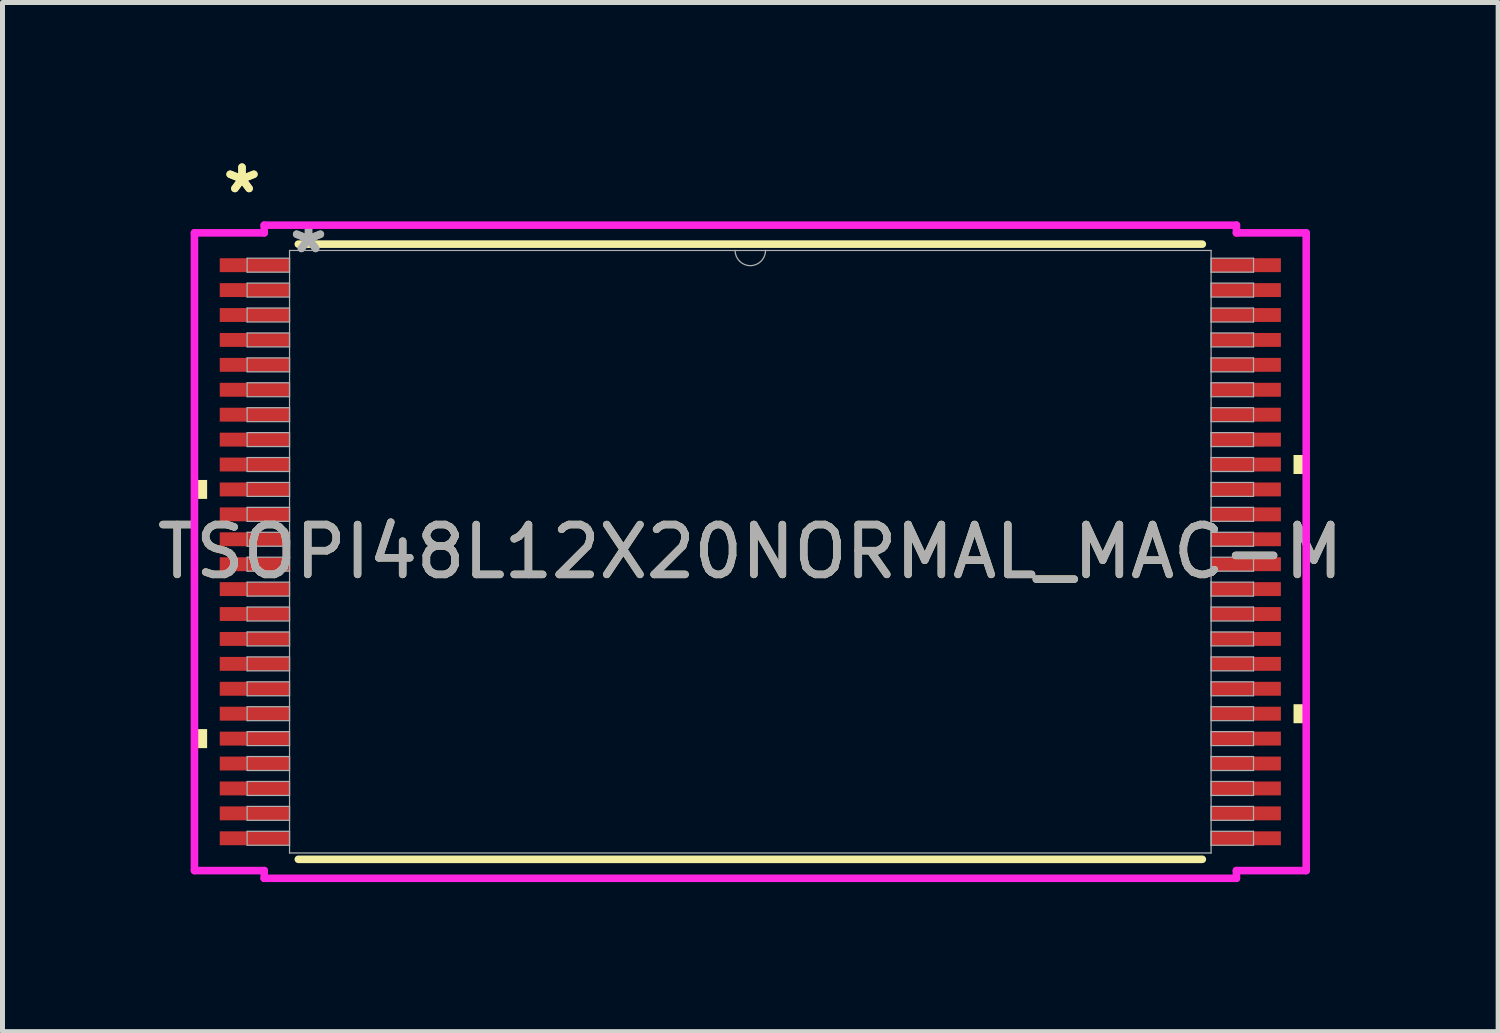
<source format=kicad_pcb>
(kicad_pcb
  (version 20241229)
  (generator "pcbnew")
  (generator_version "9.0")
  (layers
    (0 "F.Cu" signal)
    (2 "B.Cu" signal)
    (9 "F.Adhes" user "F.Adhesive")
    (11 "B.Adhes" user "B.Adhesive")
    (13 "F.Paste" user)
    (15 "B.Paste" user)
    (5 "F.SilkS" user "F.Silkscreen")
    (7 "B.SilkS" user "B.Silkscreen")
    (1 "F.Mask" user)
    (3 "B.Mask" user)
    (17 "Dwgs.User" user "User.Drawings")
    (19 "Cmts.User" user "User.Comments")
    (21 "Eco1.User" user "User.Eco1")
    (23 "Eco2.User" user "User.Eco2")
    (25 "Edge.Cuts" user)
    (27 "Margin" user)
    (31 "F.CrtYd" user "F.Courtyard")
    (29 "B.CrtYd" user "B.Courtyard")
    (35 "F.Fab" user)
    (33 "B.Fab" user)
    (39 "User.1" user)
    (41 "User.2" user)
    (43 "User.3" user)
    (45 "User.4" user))
  (footprint "TSOPI48L12X20NORMAL_MAC-M"
    (layer "F.Cu")
    (at 12.006 8.021)
    (property "Reference" "TSOPI48L12X20NORMAL_MAC-M" (at 0 0 0) (unlocked yes) (layer "F.SilkS") (effects (font (size 1 1) (thickness 0.15))))
    (attr smd)
    (fp_line (start -9.07 6.172) (end 9.07 6.172) (stroke (width 0.152) (type solid)) (layer "F.SilkS"))
    (fp_line (start 9.07 -6.172) (end -9.07 -6.172) (stroke (width 0.152) (type solid)) (layer "F.SilkS"))
    (fp_poly (pts (xy -11.154 -1.44) (xy -11.154 -1.06) (xy -10.9 -1.06) (xy -10.9 -1.44)) (stroke (width 0) (type solid)) (fill yes) (layer "F.SilkS"))
    (fp_poly (pts (xy -11.154 3.559) (xy -11.154 3.941) (xy -10.9 3.941) (xy -10.9 3.559)) (stroke (width 0) (type solid)) (fill yes) (layer "F.SilkS"))
    (fp_poly (pts (xy 11.154 -1.941) (xy 11.154 -1.56) (xy 10.9 -1.56) (xy 10.9 -1.941)) (stroke (width 0) (type solid)) (fill yes) (layer "F.SilkS"))
    (fp_poly (pts (xy 11.154 3.06) (xy 11.154 3.441) (xy 10.9 3.441) (xy 10.9 3.06)) (stroke (width 0) (type solid)) (fill yes) (layer "F.SilkS"))
    (fp_line (start -11.154 -6.398) (end -9.754 -6.398) (stroke (width 0.152) (type solid)) (layer "F.CrtYd"))
    (fp_line (start -11.154 6.398) (end -11.154 -6.398) (stroke (width 0.152) (type solid)) (layer "F.CrtYd"))
    (fp_line (start -11.154 6.398) (end -9.754 6.398) (stroke (width 0.152) (type solid)) (layer "F.CrtYd"))
    (fp_line (start -9.754 -6.553) (end 9.754 -6.553) (stroke (width 0.152) (type solid)) (layer "F.CrtYd"))
    (fp_line (start -9.754 -6.398) (end -9.754 -6.553) (stroke (width 0.152) (type solid)) (layer "F.CrtYd"))
    (fp_line (start -9.754 6.553) (end -9.754 6.398) (stroke (width 0.152) (type solid)) (layer "F.CrtYd"))
    (fp_line (start 9.754 -6.553) (end 9.754 -6.398) (stroke (width 0.152) (type solid)) (layer "F.CrtYd"))
    (fp_line (start 9.754 6.398) (end 9.754 6.553) (stroke (width 0.152) (type solid)) (layer "F.CrtYd"))
    (fp_line (start 9.754 6.553) (end -9.754 6.553) (stroke (width 0.152) (type solid)) (layer "F.CrtYd"))
    (fp_line (start 11.154 -6.398) (end 9.754 -6.398) (stroke (width 0.152) (type solid)) (layer "F.CrtYd"))
    (fp_line (start 11.154 -6.398) (end 11.154 6.398) (stroke (width 0.152) (type solid)) (layer "F.CrtYd"))
    (fp_line (start 11.154 6.398) (end 9.754 6.398) (stroke (width 0.152) (type solid)) (layer "F.CrtYd"))
    (fp_line (start -10.097 -5.89) (end -10.097 -5.61) (stroke (width 0.025) (type solid)) (layer "F.Fab"))
    (fp_line (start -10.097 -5.61) (end -9.246 -5.61) (stroke (width 0.025) (type solid)) (layer "F.Fab"))
    (fp_line (start -10.097 -5.39) (end -10.097 -5.11) (stroke (width 0.025) (type solid)) (layer "F.Fab"))
    (fp_line (start -10.097 -5.11) (end -9.246 -5.11) (stroke (width 0.025) (type solid)) (layer "F.Fab"))
    (fp_line (start -10.097 -4.89) (end -10.097 -4.61) (stroke (width 0.025) (type solid)) (layer "F.Fab"))
    (fp_line (start -10.097 -4.61) (end -9.246 -4.61) (stroke (width 0.025) (type solid)) (layer "F.Fab"))
    (fp_line (start -10.097 -4.39) (end -10.097 -4.11) (stroke (width 0.025) (type solid)) (layer "F.Fab"))
    (fp_line (start -10.097 -4.11) (end -9.246 -4.11) (stroke (width 0.025) (type solid)) (layer "F.Fab"))
    (fp_line (start -10.097 -3.89) (end -10.097 -3.61) (stroke (width 0.025) (type solid)) (layer "F.Fab"))
    (fp_line (start -10.097 -3.61) (end -9.246 -3.61) (stroke (width 0.025) (type solid)) (layer "F.Fab"))
    (fp_line (start -10.097 -3.39) (end -10.097 -3.11) (stroke (width 0.025) (type solid)) (layer "F.Fab"))
    (fp_line (start -10.097 -3.11) (end -9.246 -3.11) (stroke (width 0.025) (type solid)) (layer "F.Fab"))
    (fp_line (start -10.097 -2.89) (end -10.097 -2.61) (stroke (width 0.025) (type solid)) (layer "F.Fab"))
    (fp_line (start -10.097 -2.61) (end -9.246 -2.61) (stroke (width 0.025) (type solid)) (layer "F.Fab"))
    (fp_line (start -10.097 -2.39) (end -10.097 -2.11) (stroke (width 0.025) (type solid)) (layer "F.Fab"))
    (fp_line (start -10.097 -2.11) (end -9.246 -2.11) (stroke (width 0.025) (type solid)) (layer "F.Fab"))
    (fp_line (start -10.097 -1.89) (end -10.097 -1.61) (stroke (width 0.025) (type solid)) (layer "F.Fab"))
    (fp_line (start -10.097 -1.61) (end -9.246 -1.61) (stroke (width 0.025) (type solid)) (layer "F.Fab"))
    (fp_line (start -10.097 -1.39) (end -10.097 -1.11) (stroke (width 0.025) (type solid)) (layer "F.Fab"))
    (fp_line (start -10.097 -1.11) (end -9.246 -1.11) (stroke (width 0.025) (type solid)) (layer "F.Fab"))
    (fp_line (start -10.097 -0.89) (end -10.097 -0.61) (stroke (width 0.025) (type solid)) (layer "F.Fab"))
    (fp_line (start -10.097 -0.61) (end -9.246 -0.61) (stroke (width 0.025) (type solid)) (layer "F.Fab"))
    (fp_line (start -10.097 -0.39) (end -10.097 -0.11) (stroke (width 0.025) (type solid)) (layer "F.Fab"))
    (fp_line (start -10.097 -0.11) (end -9.246 -0.11) (stroke (width 0.025) (type solid)) (layer "F.Fab"))
    (fp_line (start -10.097 0.11) (end -10.097 0.39) (stroke (width 0.025) (type solid)) (layer "F.Fab"))
    (fp_line (start -10.097 0.39) (end -9.246 0.39) (stroke (width 0.025) (type solid)) (layer "F.Fab"))
    (fp_line (start -10.097 0.61) (end -10.097 0.89) (stroke (width 0.025) (type solid)) (layer "F.Fab"))
    (fp_line (start -10.097 0.89) (end -9.246 0.89) (stroke (width 0.025) (type solid)) (layer "F.Fab"))
    (fp_line (start -10.097 1.11) (end -10.097 1.39) (stroke (width 0.025) (type solid)) (layer "F.Fab"))
    (fp_line (start -10.097 1.39) (end -9.246 1.39) (stroke (width 0.025) (type solid)) (layer "F.Fab"))
    (fp_line (start -10.097 1.61) (end -10.097 1.89) (stroke (width 0.025) (type solid)) (layer "F.Fab"))
    (fp_line (start -10.097 1.89) (end -9.246 1.89) (stroke (width 0.025) (type solid)) (layer "F.Fab"))
    (fp_line (start -10.097 2.11) (end -10.097 2.39) (stroke (width 0.025) (type solid)) (layer "F.Fab"))
    (fp_line (start -10.097 2.39) (end -9.246 2.39) (stroke (width 0.025) (type solid)) (layer "F.Fab"))
    (fp_line (start -10.097 2.61) (end -10.097 2.89) (stroke (width 0.025) (type solid)) (layer "F.Fab"))
    (fp_line (start -10.097 2.89) (end -9.246 2.89) (stroke (width 0.025) (type solid)) (layer "F.Fab"))
    (fp_line (start -10.097 3.11) (end -10.097 3.39) (stroke (width 0.025) (type solid)) (layer "F.Fab"))
    (fp_line (start -10.097 3.39) (end -9.246 3.39) (stroke (width 0.025) (type solid)) (layer "F.Fab"))
    (fp_line (start -10.097 3.61) (end -10.097 3.89) (stroke (width 0.025) (type solid)) (layer "F.Fab"))
    (fp_line (start -10.097 3.89) (end -9.246 3.89) (stroke (width 0.025) (type solid)) (layer "F.Fab"))
    (fp_line (start -10.097 4.11) (end -10.097 4.39) (stroke (width 0.025) (type solid)) (layer "F.Fab"))
    (fp_line (start -10.097 4.39) (end -9.246 4.39) (stroke (width 0.025) (type solid)) (layer "F.Fab"))
    (fp_line (start -10.097 4.61) (end -10.097 4.89) (stroke (width 0.025) (type solid)) (layer "F.Fab"))
    (fp_line (start -10.097 4.89) (end -9.246 4.89) (stroke (width 0.025) (type solid)) (layer "F.Fab"))
    (fp_line (start -10.097 5.11) (end -10.097 5.39) (stroke (width 0.025) (type solid)) (layer "F.Fab"))
    (fp_line (start -10.097 5.39) (end -9.246 5.39) (stroke (width 0.025) (type solid)) (layer "F.Fab"))
    (fp_line (start -10.097 5.61) (end -10.097 5.89) (stroke (width 0.025) (type solid)) (layer "F.Fab"))
    (fp_line (start -10.097 5.89) (end -9.246 5.89) (stroke (width 0.025) (type solid)) (layer "F.Fab"))
    (fp_line (start -9.246 -6.045) (end -9.246 6.045) (stroke (width 0.025) (type solid)) (layer "F.Fab"))
    (fp_line (start -9.246 -5.89) (end -10.097 -5.89) (stroke (width 0.025) (type solid)) (layer "F.Fab"))
    (fp_line (start -9.246 -5.61) (end -9.246 -5.89) (stroke (width 0.025) (type solid)) (layer "F.Fab"))
    (fp_line (start -9.246 -5.39) (end -10.097 -5.39) (stroke (width 0.025) (type solid)) (layer "F.Fab"))
    (fp_line (start -9.246 -5.11) (end -9.246 -5.39) (stroke (width 0.025) (type solid)) (layer "F.Fab"))
    (fp_line (start -9.246 -4.89) (end -10.097 -4.89) (stroke (width 0.025) (type solid)) (layer "F.Fab"))
    (fp_line (start -9.246 -4.61) (end -9.246 -4.89) (stroke (width 0.025) (type solid)) (layer "F.Fab"))
    (fp_line (start -9.246 -4.39) (end -10.097 -4.39) (stroke (width 0.025) (type solid)) (layer "F.Fab"))
    (fp_line (start -9.246 -4.11) (end -9.246 -4.39) (stroke (width 0.025) (type solid)) (layer "F.Fab"))
    (fp_line (start -9.246 -3.89) (end -10.097 -3.89) (stroke (width 0.025) (type solid)) (layer "F.Fab"))
    (fp_line (start -9.246 -3.61) (end -9.246 -3.89) (stroke (width 0.025) (type solid)) (layer "F.Fab"))
    (fp_line (start -9.246 -3.39) (end -10.097 -3.39) (stroke (width 0.025) (type solid)) (layer "F.Fab"))
    (fp_line (start -9.246 -3.11) (end -9.246 -3.39) (stroke (width 0.025) (type solid)) (layer "F.Fab"))
    (fp_line (start -9.246 -2.89) (end -10.097 -2.89) (stroke (width 0.025) (type solid)) (layer "F.Fab"))
    (fp_line (start -9.246 -2.61) (end -9.246 -2.89) (stroke (width 0.025) (type solid)) (layer "F.Fab"))
    (fp_line (start -9.246 -2.39) (end -10.097 -2.39) (stroke (width 0.025) (type solid)) (layer "F.Fab"))
    (fp_line (start -9.246 -2.11) (end -9.246 -2.39) (stroke (width 0.025) (type solid)) (layer "F.Fab"))
    (fp_line (start -9.246 -1.89) (end -10.097 -1.89) (stroke (width 0.025) (type solid)) (layer "F.Fab"))
    (fp_line (start -9.246 -1.61) (end -9.246 -1.89) (stroke (width 0.025) (type solid)) (layer "F.Fab"))
    (fp_line (start -9.246 -1.39) (end -10.097 -1.39) (stroke (width 0.025) (type solid)) (layer "F.Fab"))
    (fp_line (start -9.246 -1.11) (end -9.246 -1.39) (stroke (width 0.025) (type solid)) (layer "F.Fab"))
    (fp_line (start -9.246 -0.89) (end -10.097 -0.89) (stroke (width 0.025) (type solid)) (layer "F.Fab"))
    (fp_line (start -9.246 -0.61) (end -9.246 -0.89) (stroke (width 0.025) (type solid)) (layer "F.Fab"))
    (fp_line (start -9.246 -0.39) (end -10.097 -0.39) (stroke (width 0.025) (type solid)) (layer "F.Fab"))
    (fp_line (start -9.246 -0.11) (end -9.246 -0.39) (stroke (width 0.025) (type solid)) (layer "F.Fab"))
    (fp_line (start -9.246 0.11) (end -10.097 0.11) (stroke (width 0.025) (type solid)) (layer "F.Fab"))
    (fp_line (start -9.246 0.39) (end -9.246 0.11) (stroke (width 0.025) (type solid)) (layer "F.Fab"))
    (fp_line (start -9.246 0.61) (end -10.097 0.61) (stroke (width 0.025) (type solid)) (layer "F.Fab"))
    (fp_line (start -9.246 0.89) (end -9.246 0.61) (stroke (width 0.025) (type solid)) (layer "F.Fab"))
    (fp_line (start -9.246 1.11) (end -10.097 1.11) (stroke (width 0.025) (type solid)) (layer "F.Fab"))
    (fp_line (start -9.246 1.39) (end -9.246 1.11) (stroke (width 0.025) (type solid)) (layer "F.Fab"))
    (fp_line (start -9.246 1.61) (end -10.097 1.61) (stroke (width 0.025) (type solid)) (layer "F.Fab"))
    (fp_line (start -9.246 1.89) (end -9.246 1.61) (stroke (width 0.025) (type solid)) (layer "F.Fab"))
    (fp_line (start -9.246 2.11) (end -10.097 2.11) (stroke (width 0.025) (type solid)) (layer "F.Fab"))
    (fp_line (start -9.246 2.39) (end -9.246 2.11) (stroke (width 0.025) (type solid)) (layer "F.Fab"))
    (fp_line (start -9.246 2.61) (end -10.097 2.61) (stroke (width 0.025) (type solid)) (layer "F.Fab"))
    (fp_line (start -9.246 2.89) (end -9.246 2.61) (stroke (width 0.025) (type solid)) (layer "F.Fab"))
    (fp_line (start -9.246 3.11) (end -10.097 3.11) (stroke (width 0.025) (type solid)) (layer "F.Fab"))
    (fp_line (start -9.246 3.39) (end -9.246 3.11) (stroke (width 0.025) (type solid)) (layer "F.Fab"))
    (fp_line (start -9.246 3.61) (end -10.097 3.61) (stroke (width 0.025) (type solid)) (layer "F.Fab"))
    (fp_line (start -9.246 3.89) (end -9.246 3.61) (stroke (width 0.025) (type solid)) (layer "F.Fab"))
    (fp_line (start -9.246 4.11) (end -10.097 4.11) (stroke (width 0.025) (type solid)) (layer "F.Fab"))
    (fp_line (start -9.246 4.39) (end -9.246 4.11) (stroke (width 0.025) (type solid)) (layer "F.Fab"))
    (fp_line (start -9.246 4.61) (end -10.097 4.61) (stroke (width 0.025) (type solid)) (layer "F.Fab"))
    (fp_line (start -9.246 4.89) (end -9.246 4.61) (stroke (width 0.025) (type solid)) (layer "F.Fab"))
    (fp_line (start -9.246 5.11) (end -10.097 5.11) (stroke (width 0.025) (type solid)) (layer "F.Fab"))
    (fp_line (start -9.246 5.39) (end -9.246 5.11) (stroke (width 0.025) (type solid)) (layer "F.Fab"))
    (fp_line (start -9.246 5.61) (end -10.097 5.61) (stroke (width 0.025) (type solid)) (layer "F.Fab"))
    (fp_line (start -9.246 5.89) (end -9.246 5.61) (stroke (width 0.025) (type solid)) (layer "F.Fab"))
    (fp_line (start -9.246 6.045) (end 9.246 6.045) (stroke (width 0.025) (type solid)) (layer "F.Fab"))
    (fp_line (start 9.246 -6.045) (end -9.246 -6.045) (stroke (width 0.025) (type solid)) (layer "F.Fab"))
    (fp_line (start 9.246 -5.89) (end 9.246 -5.61) (stroke (width 0.025) (type solid)) (layer "F.Fab"))
    (fp_line (start 9.246 -5.61) (end 10.097 -5.61) (stroke (width 0.025) (type solid)) (layer "F.Fab"))
    (fp_line (start 9.246 -5.39) (end 9.246 -5.11) (stroke (width 0.025) (type solid)) (layer "F.Fab"))
    (fp_line (start 9.246 -5.11) (end 10.097 -5.11) (stroke (width 0.025) (type solid)) (layer "F.Fab"))
    (fp_line (start 9.246 -4.89) (end 9.246 -4.61) (stroke (width 0.025) (type solid)) (layer "F.Fab"))
    (fp_line (start 9.246 -4.61) (end 10.097 -4.61) (stroke (width 0.025) (type solid)) (layer "F.Fab"))
    (fp_line (start 9.246 -4.39) (end 9.246 -4.11) (stroke (width 0.025) (type solid)) (layer "F.Fab"))
    (fp_line (start 9.246 -4.11) (end 10.097 -4.11) (stroke (width 0.025) (type solid)) (layer "F.Fab"))
    (fp_line (start 9.246 -3.89) (end 9.246 -3.61) (stroke (width 0.025) (type solid)) (layer "F.Fab"))
    (fp_line (start 9.246 -3.61) (end 10.097 -3.61) (stroke (width 0.025) (type solid)) (layer "F.Fab"))
    (fp_line (start 9.246 -3.39) (end 9.246 -3.11) (stroke (width 0.025) (type solid)) (layer "F.Fab"))
    (fp_line (start 9.246 -3.11) (end 10.097 -3.11) (stroke (width 0.025) (type solid)) (layer "F.Fab"))
    (fp_line (start 9.246 -2.89) (end 9.246 -2.61) (stroke (width 0.025) (type solid)) (layer "F.Fab"))
    (fp_line (start 9.246 -2.61) (end 10.097 -2.61) (stroke (width 0.025) (type solid)) (layer "F.Fab"))
    (fp_line (start 9.246 -2.39) (end 9.246 -2.11) (stroke (width 0.025) (type solid)) (layer "F.Fab"))
    (fp_line (start 9.246 -2.11) (end 10.097 -2.11) (stroke (width 0.025) (type solid)) (layer "F.Fab"))
    (fp_line (start 9.246 -1.89) (end 9.246 -1.61) (stroke (width 0.025) (type solid)) (layer "F.Fab"))
    (fp_line (start 9.246 -1.61) (end 10.097 -1.61) (stroke (width 0.025) (type solid)) (layer "F.Fab"))
    (fp_line (start 9.246 -1.39) (end 9.246 -1.11) (stroke (width 0.025) (type solid)) (layer "F.Fab"))
    (fp_line (start 9.246 -1.11) (end 10.097 -1.11) (stroke (width 0.025) (type solid)) (layer "F.Fab"))
    (fp_line (start 9.246 -0.89) (end 9.246 -0.61) (stroke (width 0.025) (type solid)) (layer "F.Fab"))
    (fp_line (start 9.246 -0.61) (end 10.097 -0.61) (stroke (width 0.025) (type solid)) (layer "F.Fab"))
    (fp_line (start 9.246 -0.39) (end 9.246 -0.11) (stroke (width 0.025) (type solid)) (layer "F.Fab"))
    (fp_line (start 9.246 -0.11) (end 10.097 -0.11) (stroke (width 0.025) (type solid)) (layer "F.Fab"))
    (fp_line (start 9.246 0.11) (end 9.246 0.39) (stroke (width 0.025) (type solid)) (layer "F.Fab"))
    (fp_line (start 9.246 0.39) (end 10.097 0.39) (stroke (width 0.025) (type solid)) (layer "F.Fab"))
    (fp_line (start 9.246 0.61) (end 9.246 0.89) (stroke (width 0.025) (type solid)) (layer "F.Fab"))
    (fp_line (start 9.246 0.89) (end 10.097 0.89) (stroke (width 0.025) (type solid)) (layer "F.Fab"))
    (fp_line (start 9.246 1.11) (end 9.246 1.39) (stroke (width 0.025) (type solid)) (layer "F.Fab"))
    (fp_line (start 9.246 1.39) (end 10.097 1.39) (stroke (width 0.025) (type solid)) (layer "F.Fab"))
    (fp_line (start 9.246 1.61) (end 9.246 1.89) (stroke (width 0.025) (type solid)) (layer "F.Fab"))
    (fp_line (start 9.246 1.89) (end 10.097 1.89) (stroke (width 0.025) (type solid)) (layer "F.Fab"))
    (fp_line (start 9.246 2.11) (end 9.246 2.39) (stroke (width 0.025) (type solid)) (layer "F.Fab"))
    (fp_line (start 9.246 2.39) (end 10.097 2.39) (stroke (width 0.025) (type solid)) (layer "F.Fab"))
    (fp_line (start 9.246 2.61) (end 9.246 2.89) (stroke (width 0.025) (type solid)) (layer "F.Fab"))
    (fp_line (start 9.246 2.89) (end 10.097 2.89) (stroke (width 0.025) (type solid)) (layer "F.Fab"))
    (fp_line (start 9.246 3.11) (end 9.246 3.39) (stroke (width 0.025) (type solid)) (layer "F.Fab"))
    (fp_line (start 9.246 3.39) (end 10.097 3.39) (stroke (width 0.025) (type solid)) (layer "F.Fab"))
    (fp_line (start 9.246 3.61) (end 9.246 3.89) (stroke (width 0.025) (type solid)) (layer "F.Fab"))
    (fp_line (start 9.246 3.89) (end 10.097 3.89) (stroke (width 0.025) (type solid)) (layer "F.Fab"))
    (fp_line (start 9.246 4.11) (end 9.246 4.39) (stroke (width 0.025) (type solid)) (layer "F.Fab"))
    (fp_line (start 9.246 4.39) (end 10.097 4.39) (stroke (width 0.025) (type solid)) (layer "F.Fab"))
    (fp_line (start 9.246 4.61) (end 9.246 4.89) (stroke (width 0.025) (type solid)) (layer "F.Fab"))
    (fp_line (start 9.246 4.89) (end 10.097 4.89) (stroke (width 0.025) (type solid)) (layer "F.Fab"))
    (fp_line (start 9.246 5.11) (end 9.246 5.39) (stroke (width 0.025) (type solid)) (layer "F.Fab"))
    (fp_line (start 9.246 5.39) (end 10.097 5.39) (stroke (width 0.025) (type solid)) (layer "F.Fab"))
    (fp_line (start 9.246 5.61) (end 9.246 5.89) (stroke (width 0.025) (type solid)) (layer "F.Fab"))
    (fp_line (start 9.246 5.89) (end 10.097 5.89) (stroke (width 0.025) (type solid)) (layer "F.Fab"))
    (fp_line (start 9.246 6.045) (end 9.246 -6.045) (stroke (width 0.025) (type solid)) (layer "F.Fab"))
    (fp_line (start 10.097 -5.89) (end 9.246 -5.89) (stroke (width 0.025) (type solid)) (layer "F.Fab"))
    (fp_line (start 10.097 -5.61) (end 10.097 -5.89) (stroke (width 0.025) (type solid)) (layer "F.Fab"))
    (fp_line (start 10.097 -5.39) (end 9.246 -5.39) (stroke (width 0.025) (type solid)) (layer "F.Fab"))
    (fp_line (start 10.097 -5.11) (end 10.097 -5.39) (stroke (width 0.025) (type solid)) (layer "F.Fab"))
    (fp_line (start 10.097 -4.89) (end 9.246 -4.89) (stroke (width 0.025) (type solid)) (layer "F.Fab"))
    (fp_line (start 10.097 -4.61) (end 10.097 -4.89) (stroke (width 0.025) (type solid)) (layer "F.Fab"))
    (fp_line (start 10.097 -4.39) (end 9.246 -4.39) (stroke (width 0.025) (type solid)) (layer "F.Fab"))
    (fp_line (start 10.097 -4.11) (end 10.097 -4.39) (stroke (width 0.025) (type solid)) (layer "F.Fab"))
    (fp_line (start 10.097 -3.89) (end 9.246 -3.89) (stroke (width 0.025) (type solid)) (layer "F.Fab"))
    (fp_line (start 10.097 -3.61) (end 10.097 -3.89) (stroke (width 0.025) (type solid)) (layer "F.Fab"))
    (fp_line (start 10.097 -3.39) (end 9.246 -3.39) (stroke (width 0.025) (type solid)) (layer "F.Fab"))
    (fp_line (start 10.097 -3.11) (end 10.097 -3.39) (stroke (width 0.025) (type solid)) (layer "F.Fab"))
    (fp_line (start 10.097 -2.89) (end 9.246 -2.89) (stroke (width 0.025) (type solid)) (layer "F.Fab"))
    (fp_line (start 10.097 -2.61) (end 10.097 -2.89) (stroke (width 0.025) (type solid)) (layer "F.Fab"))
    (fp_line (start 10.097 -2.39) (end 9.246 -2.39) (stroke (width 0.025) (type solid)) (layer "F.Fab"))
    (fp_line (start 10.097 -2.11) (end 10.097 -2.39) (stroke (width 0.025) (type solid)) (layer "F.Fab"))
    (fp_line (start 10.097 -1.89) (end 9.246 -1.89) (stroke (width 0.025) (type solid)) (layer "F.Fab"))
    (fp_line (start 10.097 -1.61) (end 10.097 -1.89) (stroke (width 0.025) (type solid)) (layer "F.Fab"))
    (fp_line (start 10.097 -1.39) (end 9.246 -1.39) (stroke (width 0.025) (type solid)) (layer "F.Fab"))
    (fp_line (start 10.097 -1.11) (end 10.097 -1.39) (stroke (width 0.025) (type solid)) (layer "F.Fab"))
    (fp_line (start 10.097 -0.89) (end 9.246 -0.89) (stroke (width 0.025) (type solid)) (layer "F.Fab"))
    (fp_line (start 10.097 -0.61) (end 10.097 -0.89) (stroke (width 0.025) (type solid)) (layer "F.Fab"))
    (fp_line (start 10.097 -0.39) (end 9.246 -0.39) (stroke (width 0.025) (type solid)) (layer "F.Fab"))
    (fp_line (start 10.097 -0.11) (end 10.097 -0.39) (stroke (width 0.025) (type solid)) (layer "F.Fab"))
    (fp_line (start 10.097 0.11) (end 9.246 0.11) (stroke (width 0.025) (type solid)) (layer "F.Fab"))
    (fp_line (start 10.097 0.39) (end 10.097 0.11) (stroke (width 0.025) (type solid)) (layer "F.Fab"))
    (fp_line (start 10.097 0.61) (end 9.246 0.61) (stroke (width 0.025) (type solid)) (layer "F.Fab"))
    (fp_line (start 10.097 0.89) (end 10.097 0.61) (stroke (width 0.025) (type solid)) (layer "F.Fab"))
    (fp_line (start 10.097 1.11) (end 9.246 1.11) (stroke (width 0.025) (type solid)) (layer "F.Fab"))
    (fp_line (start 10.097 1.39) (end 10.097 1.11) (stroke (width 0.025) (type solid)) (layer "F.Fab"))
    (fp_line (start 10.097 1.61) (end 9.246 1.61) (stroke (width 0.025) (type solid)) (layer "F.Fab"))
    (fp_line (start 10.097 1.89) (end 10.097 1.61) (stroke (width 0.025) (type solid)) (layer "F.Fab"))
    (fp_line (start 10.097 2.11) (end 9.246 2.11) (stroke (width 0.025) (type solid)) (layer "F.Fab"))
    (fp_line (start 10.097 2.39) (end 10.097 2.11) (stroke (width 0.025) (type solid)) (layer "F.Fab"))
    (fp_line (start 10.097 2.61) (end 9.246 2.61) (stroke (width 0.025) (type solid)) (layer "F.Fab"))
    (fp_line (start 10.097 2.89) (end 10.097 2.61) (stroke (width 0.025) (type solid)) (layer "F.Fab"))
    (fp_line (start 10.097 3.11) (end 9.246 3.11) (stroke (width 0.025) (type solid)) (layer "F.Fab"))
    (fp_line (start 10.097 3.39) (end 10.097 3.11) (stroke (width 0.025) (type solid)) (layer "F.Fab"))
    (fp_line (start 10.097 3.61) (end 9.246 3.61) (stroke (width 0.025) (type solid)) (layer "F.Fab"))
    (fp_line (start 10.097 3.89) (end 10.097 3.61) (stroke (width 0.025) (type solid)) (layer "F.Fab"))
    (fp_line (start 10.097 4.11) (end 9.246 4.11) (stroke (width 0.025) (type solid)) (layer "F.Fab"))
    (fp_line (start 10.097 4.39) (end 10.097 4.11) (stroke (width 0.025) (type solid)) (layer "F.Fab"))
    (fp_line (start 10.097 4.61) (end 9.246 4.61) (stroke (width 0.025) (type solid)) (layer "F.Fab"))
    (fp_line (start 10.097 4.89) (end 10.097 4.61) (stroke (width 0.025) (type solid)) (layer "F.Fab"))
    (fp_line (start 10.097 5.11) (end 9.246 5.11) (stroke (width 0.025) (type solid)) (layer "F.Fab"))
    (fp_line (start 10.097 5.39) (end 10.097 5.11) (stroke (width 0.025) (type solid)) (layer "F.Fab"))
    (fp_line (start 10.097 5.61) (end 9.246 5.61) (stroke (width 0.025) (type solid)) (layer "F.Fab"))
    (fp_line (start 10.097 5.89) (end 10.097 5.61) (stroke (width 0.025) (type solid)) (layer "F.Fab"))
    (fp_arc (start 0.3048 -6.0452) (mid 0 -5.7404) (end -0.3048 -6.0452) (stroke (width 0.0254) (type solid)) (layer "F.Fab"))
    (fp_text user "*" (at -10.2 -7.172 0) (layer "F.SilkS") (effects (font (size 1 1) (thickness 0.15))))
    (fp_text user "*" (at -10.2 -7.172 0) (unlocked yes) (layer "F.SilkS") (effects (font (size 1 1) (thickness 0.15))))
    (fp_text user "*" (at -8.865 -5.969 0) (layer "F.Fab") (effects (font (size 1 1) (thickness 0.15))))
    (fp_text user "${REFERENCE}" (at 0 0 0) (unlocked yes) (layer "F.Fab") (effects (font (size 1 1) (thickness 0.15))))
    (fp_text user "*" (at -8.865 -5.969 0) (unlocked yes) (layer "F.Fab") (effects (font (size 1 1) (thickness 0.15))))
    (pad "1" smd rect (at -9.946 -5.75) (size 1.401 0.279) (layers "F.Cu" "F.Mask" "F.Paste"))
    (pad "2" smd rect (at -9.946 -5.25) (size 1.401 0.279) (layers "F.Cu" "F.Mask" "F.Paste"))
    (pad "3" smd rect (at -9.946 -4.75) (size 1.401 0.279) (layers "F.Cu" "F.Mask" "F.Paste"))
    (pad "4" smd rect (at -9.946 -4.25) (size 1.401 0.279) (layers "F.Cu" "F.Mask" "F.Paste"))
    (pad "5" smd rect (at -9.946 -3.75) (size 1.401 0.279) (layers "F.Cu" "F.Mask" "F.Paste"))
    (pad "6" smd rect (at -9.946 -3.25) (size 1.401 0.279) (layers "F.Cu" "F.Mask" "F.Paste"))
    (pad "7" smd rect (at -9.946 -2.75) (size 1.401 0.279) (layers "F.Cu" "F.Mask" "F.Paste"))
    (pad "8" smd rect (at -9.946 -2.25) (size 1.401 0.279) (layers "F.Cu" "F.Mask" "F.Paste"))
    (pad "9" smd rect (at -9.946 -1.75) (size 1.401 0.279) (layers "F.Cu" "F.Mask" "F.Paste"))
    (pad "10" smd rect (at -9.946 -1.25) (size 1.401 0.279) (layers "F.Cu" "F.Mask" "F.Paste"))
    (pad "11" smd rect (at -9.946 -0.75) (size 1.401 0.279) (layers "F.Cu" "F.Mask" "F.Paste"))
    (pad "12" smd rect (at -9.946 -0.25) (size 1.401 0.279) (layers "F.Cu" "F.Mask" "F.Paste"))
    (pad "13" smd rect (at -9.946 0.25) (size 1.401 0.279) (layers "F.Cu" "F.Mask" "F.Paste"))
    (pad "14" smd rect (at -9.946 0.75) (size 1.401 0.279) (layers "F.Cu" "F.Mask" "F.Paste"))
    (pad "15" smd rect (at -9.946 1.25) (size 1.401 0.279) (layers "F.Cu" "F.Mask" "F.Paste"))
    (pad "16" smd rect (at -9.946 1.75) (size 1.401 0.279) (layers "F.Cu" "F.Mask" "F.Paste"))
    (pad "17" smd rect (at -9.946 2.25) (size 1.401 0.279) (layers "F.Cu" "F.Mask" "F.Paste"))
    (pad "18" smd rect (at -9.946 2.75) (size 1.401 0.279) (layers "F.Cu" "F.Mask" "F.Paste"))
    (pad "19" smd rect (at -9.946 3.25) (size 1.401 0.279) (layers "F.Cu" "F.Mask" "F.Paste"))
    (pad "20" smd rect (at -9.946 3.75) (size 1.401 0.279) (layers "F.Cu" "F.Mask" "F.Paste"))
    (pad "21" smd rect (at -9.946 4.25) (size 1.401 0.279) (layers "F.Cu" "F.Mask" "F.Paste"))
    (pad "22" smd rect (at -9.946 4.75) (size 1.401 0.279) (layers "F.Cu" "F.Mask" "F.Paste"))
    (pad "23" smd rect (at -9.946 5.25) (size 1.401 0.279) (layers "F.Cu" "F.Mask" "F.Paste"))
    (pad "24" smd rect (at -9.946 5.75) (size 1.401 0.279) (layers "F.Cu" "F.Mask" "F.Paste"))
    (pad "25" smd rect (at 9.946 5.75) (size 1.401 0.279) (layers "F.Cu" "F.Mask" "F.Paste"))
    (pad "26" smd rect (at 9.946 5.25) (size 1.401 0.279) (layers "F.Cu" "F.Mask" "F.Paste"))
    (pad "27" smd rect (at 9.946 4.75) (size 1.401 0.279) (layers "F.Cu" "F.Mask" "F.Paste"))
    (pad "28" smd rect (at 9.946 4.25) (size 1.401 0.279) (layers "F.Cu" "F.Mask" "F.Paste"))
    (pad "29" smd rect (at 9.946 3.75) (size 1.401 0.279) (layers "F.Cu" "F.Mask" "F.Paste"))
    (pad "30" smd rect (at 9.946 3.25) (size 1.401 0.279) (layers "F.Cu" "F.Mask" "F.Paste"))
    (pad "31" smd rect (at 9.946 2.75) (size 1.401 0.279) (layers "F.Cu" "F.Mask" "F.Paste"))
    (pad "32" smd rect (at 9.946 2.25) (size 1.401 0.279) (layers "F.Cu" "F.Mask" "F.Paste"))
    (pad "33" smd rect (at 9.946 1.75) (size 1.401 0.279) (layers "F.Cu" "F.Mask" "F.Paste"))
    (pad "34" smd rect (at 9.946 1.25) (size 1.401 0.279) (layers "F.Cu" "F.Mask" "F.Paste"))
    (pad "35" smd rect (at 9.946 0.75) (size 1.401 0.279) (layers "F.Cu" "F.Mask" "F.Paste"))
    (pad "36" smd rect (at 9.946 0.25) (size 1.401 0.279) (layers "F.Cu" "F.Mask" "F.Paste"))
    (pad "37" smd rect (at 9.946 -0.25) (size 1.401 0.279) (layers "F.Cu" "F.Mask" "F.Paste"))
    (pad "38" smd rect (at 9.946 -0.75) (size 1.401 0.279) (layers "F.Cu" "F.Mask" "F.Paste"))
    (pad "39" smd rect (at 9.946 -1.25) (size 1.401 0.279) (layers "F.Cu" "F.Mask" "F.Paste"))
    (pad "40" smd rect (at 9.946 -1.75) (size 1.401 0.279) (layers "F.Cu" "F.Mask" "F.Paste"))
    (pad "41" smd rect (at 9.946 -2.25) (size 1.401 0.279) (layers "F.Cu" "F.Mask" "F.Paste"))
    (pad "42" smd rect (at 9.946 -2.75) (size 1.401 0.279) (layers "F.Cu" "F.Mask" "F.Paste"))
    (pad "43" smd rect (at 9.946 -3.25) (size 1.401 0.279) (layers "F.Cu" "F.Mask" "F.Paste"))
    (pad "44" smd rect (at 9.946 -3.75) (size 1.401 0.279) (layers "F.Cu" "F.Mask" "F.Paste"))
    (pad "45" smd rect (at 9.946 -4.25) (size 1.401 0.279) (layers "F.Cu" "F.Mask" "F.Paste"))
    (pad "46" smd rect (at 9.946 -4.75) (size 1.401 0.279) (layers "F.Cu" "F.Mask" "F.Paste"))
    (pad "47" smd rect (at 9.946 -5.25) (size 1.401 0.279) (layers "F.Cu" "F.Mask" "F.Paste"))
    (pad "48" smd rect (at 9.946 -5.75) (size 1.401 0.279) (layers "F.Cu" "F.Mask" "F.Paste")))
  (gr_rect
    (start -3 -3)
    (end 27.012 17.65)
    (stroke (width 0.1) (type default))
    (fill no)
    (layer "Edge.Cuts")))
</source>
